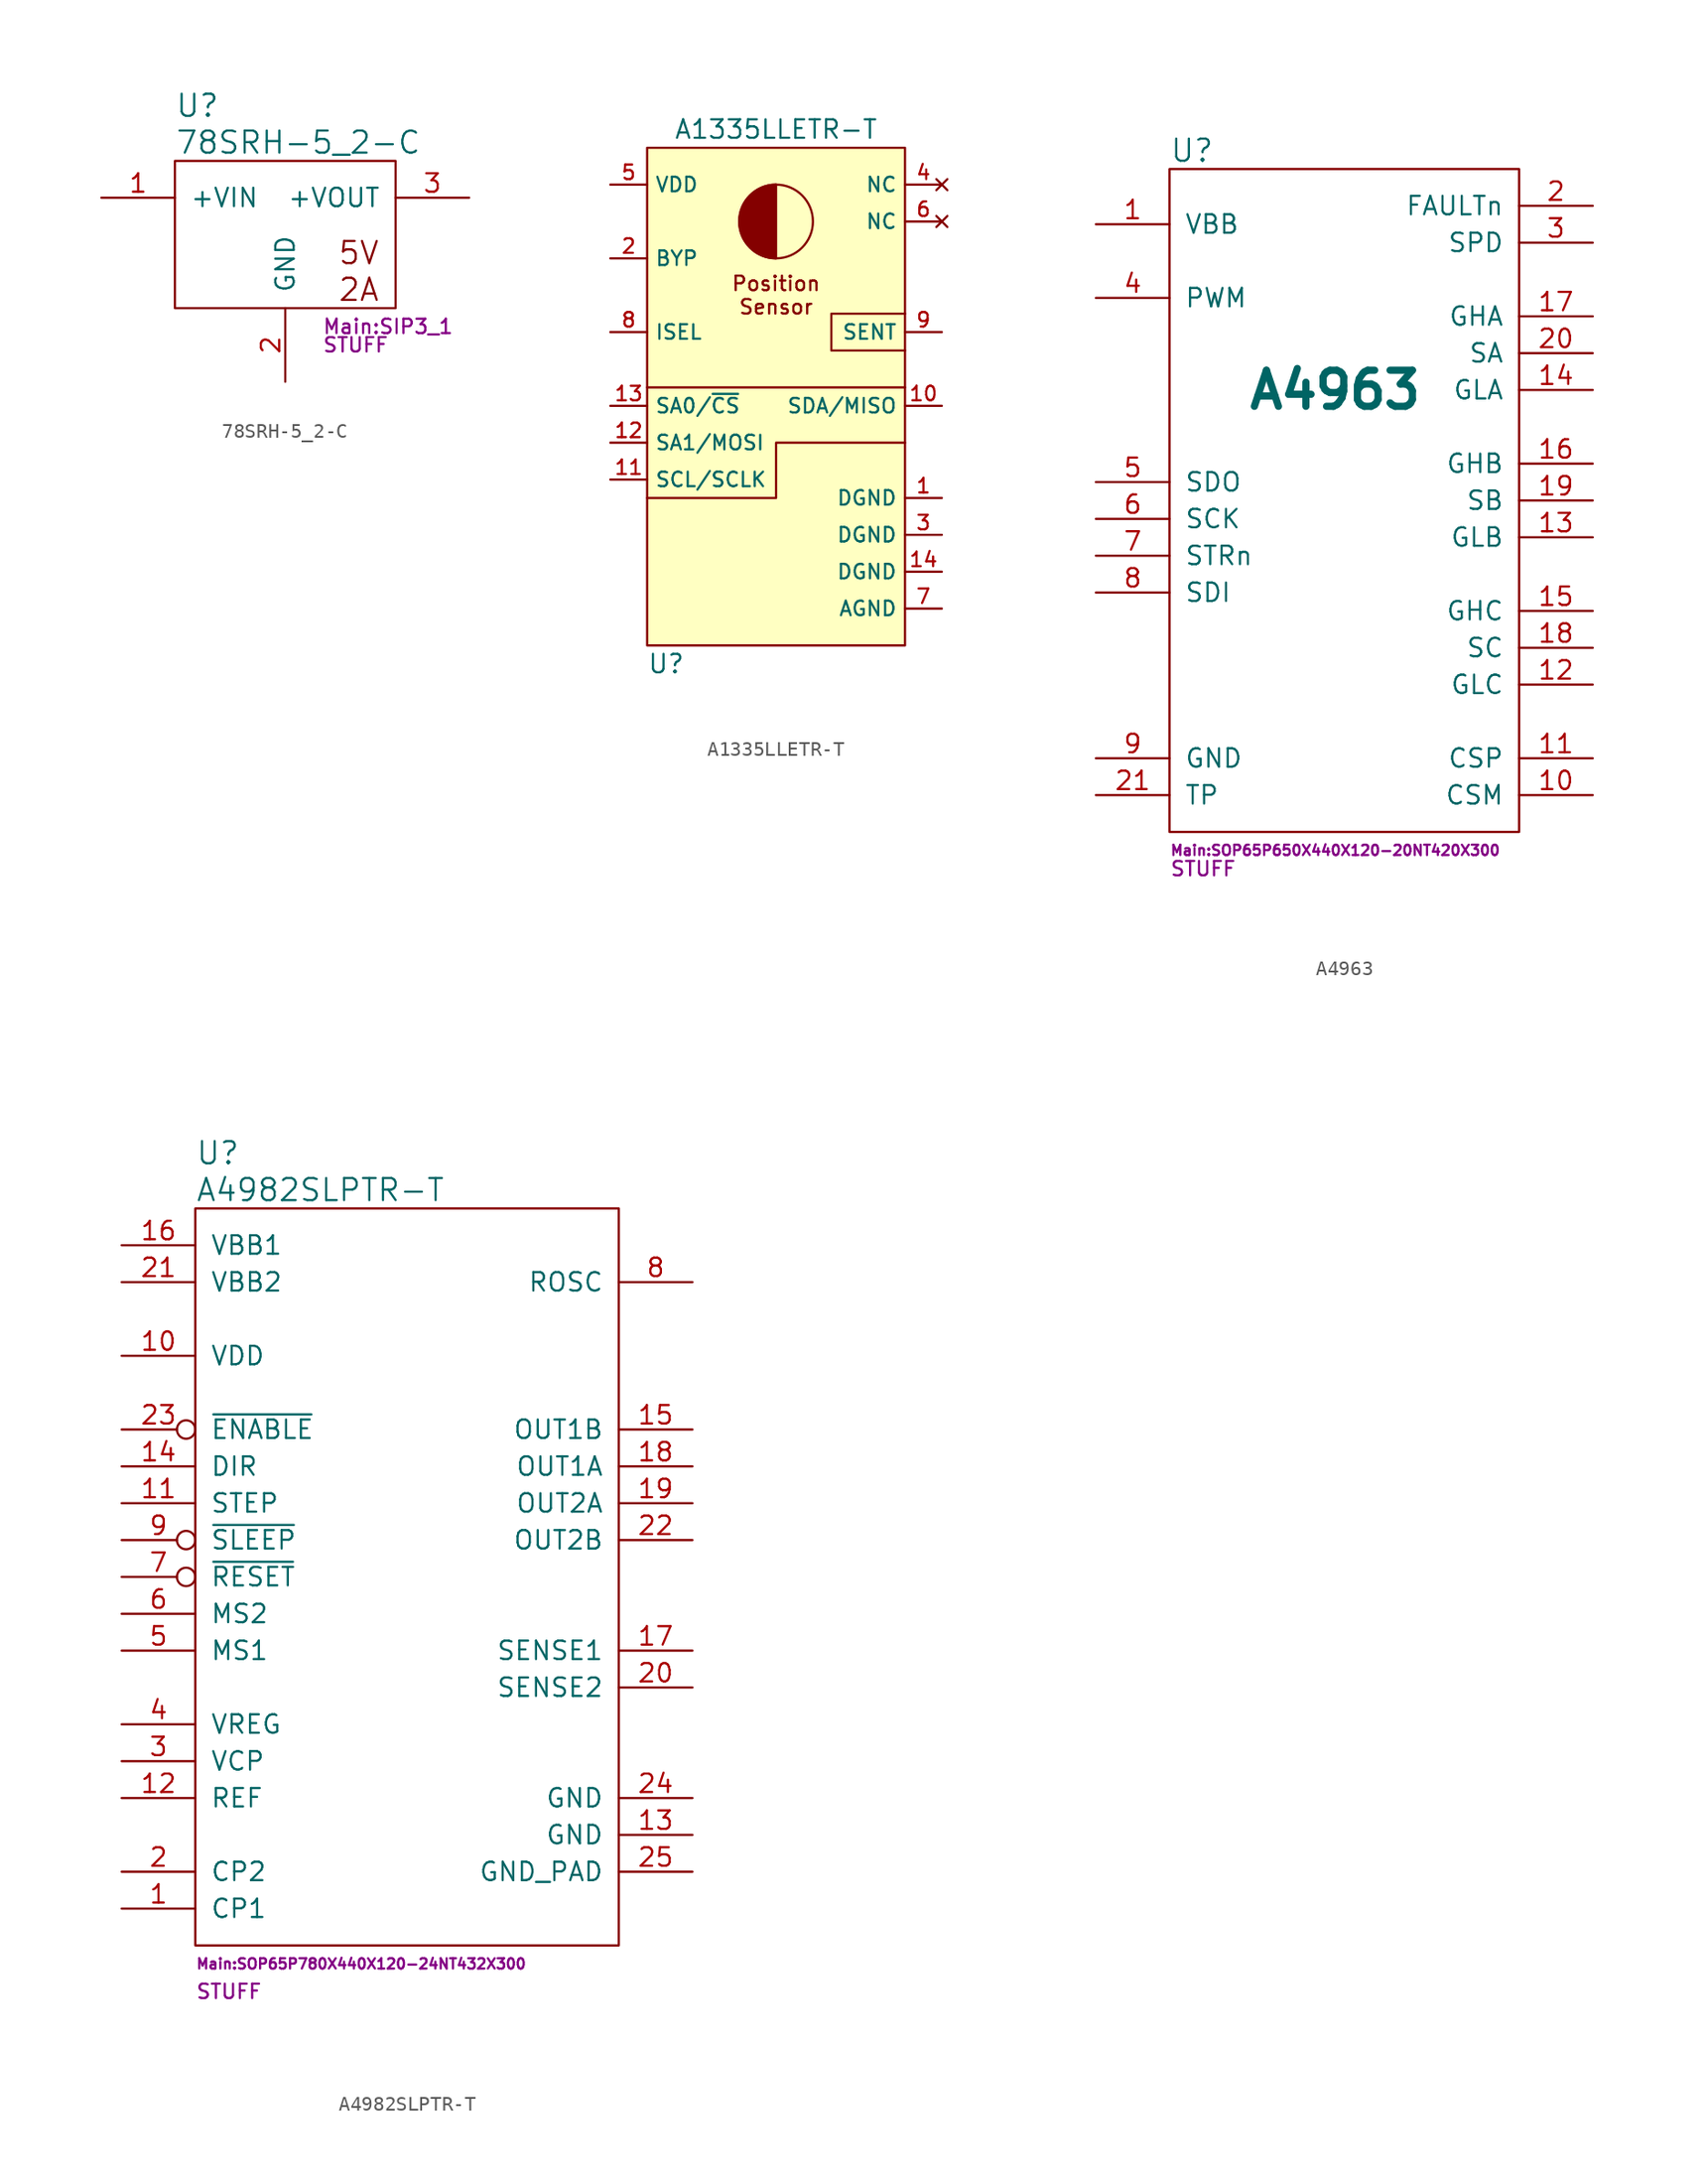
<source format=kicad_sym>
(kicad_symbol_lib
  (version 20231120)
  (generator "kicad_symbol_editor")
  (generator_version "8.0")
  (symbol "78SRH-5_2-C"
    (pin_names
      (offset 1.016))
    (property "Reference" "U"
      (at -7.62 8.89 0)
      (effects (font (size 1.524 1.524)) (justify left)))
    (property "Value" "78SRH-5_2-C"
      (at -7.62 6.35 0)
      (effects (font (size 1.524 1.524)) (justify left)))
    (property "Footprint" "Main:SIP3_1"
      (at 2.54 -6.35 0)
      (effects (font (size 0.991 0.991)) (justify left)))
    (property "Datasheet" ""
      (at 0 -3.81 0)
      (effects (font (size 1.524 1.524))))
    (property "SKU" "STUFF"
      (at 2.54 -7.62 0)
      (effects (font (size 0.991 0.991)) (justify left)))
    (symbol "78SRH-5_2-C_0_0"
      (text "2A" (at 5.08 -3.81 0) (effects (font (size 1.524 1.524))))
      (text "5V" (at 5.08 -1.27 0) (effects (font (size 1.524 1.524)))))
    (symbol "78SRH-5_2-C_0_1"
      (rectangle (start -7.62 5.08) (end 7.62 -5.08) (stroke (width 0) (type default)) (fill (type none))))
    (symbol "78SRH-5_2-C_1_1"
      (pin power_in line (at -12.7 2.54 0) (length 5.08) (name "+VIN" (effects (font (size 1.27 1.27)))) (number "1" (effects (font (size 1.27 1.27)))))
      (pin power_in line (at 0 -10.16 90) (length 5.08) (name "GND" (effects (font (size 1.27 1.27)))) (number "2" (effects (font (size 1.27 1.27)))))
      (pin power_out line (at 12.7 2.54 180) (length 5.08) (name "+VOUT" (effects (font (size 1.27 1.27)))) (number "3" (effects (font (size 1.27 1.27)))))))
  (symbol "A1335LLETR-T"
    (property "Reference" "U"
      (at -8.89 -19.05 0)
      (effects (font (size 1.27 1.27)) (justify left)))
    (property "Value" "A1335LLETR-T"
      (at 0 17.78 0)
      (effects (font (size 1.27 1.27))))
    (symbol "A1335LLETR-T_1_1"
      (rectangle (start -8.89 16.51) (end 8.89 -17.78) (stroke (width 0) (type default)) (fill (type background)))
      (arc (start -0.0451 13.97) (mid -2.5404 11.43) (end -0.0451 8.89) (stroke (width 0) (type default)) (fill (type outline)))
      (polyline (pts (xy 0 13.97) (xy 0 8.89)) (stroke (width 0) (type default)) (fill (type none)))
      (polyline (pts (xy 8.89 0) (xy -8.89 0)) (stroke (width 0) (type default)) (fill (type none)))
      (polyline (pts (xy -8.89 -7.62) (xy 0 -7.62) (xy 0 -3.81) (xy 8.89 -3.81)) (stroke (width 0) (type default)) (fill (type none)))
      (polyline (pts (xy 8.89 5.08) (xy 3.81 5.08) (xy 3.81 2.54) (xy 8.89 2.54)) (stroke (width 0) (type default)) (fill (type none)))
      (circle (center 0 11.43) (radius 2.54) (stroke (width 0) (type default)) (fill (type background)))
      (text "Position\nSensor" (at 0 6.35 0) (effects (font (size 1 1))))
      (pin power_in line (at 11.43 -7.62 180) (length 2.54) (name "DGND" (effects (font (size 1 1)))) (number "1" (effects (font (size 1 1)))))
      (pin bidirectional line (at 11.43 -1.27 180) (length 2.54) (name "SDA/MISO" (effects (font (size 1 1)))) (number "10" (effects (font (size 1 1)))))
      (pin input line (at -11.43 -6.35 0) (length 2.54) (name "SCL/SCLK" (effects (font (size 1 1)))) (number "11" (effects (font (size 1 1)))))
      (pin input line (at -11.43 -3.81 0) (length 2.54) (name "SA1/MOSI" (effects (font (size 1 1)))) (number "12" (effects (font (size 1 1)))))
      (pin input line (at -11.43 -1.27 0) (length 2.54) (name "SA0/~{CS}" (effects (font (size 1 1)))) (number "13" (effects (font (size 1 1)))))
      (pin power_in line (at 11.43 -12.7 180) (length 2.54) (name "DGND" (effects (font (size 1 1)))) (number "14" (effects (font (size 1 1)))))
      (pin bidirectional line (at -11.43 8.89 0) (length 2.54) (name "BYP" (effects (font (size 1 1)))) (number "2" (effects (font (size 1 1)))))
      (pin input line (at 11.43 -10.16 180) (length 2.54) (name "DGND" (effects (font (size 1 1)))) (number "3" (effects (font (size 1 1)))))
      (pin no_connect line (at 11.43 13.97 180) (length 2.54) (name "NC" (effects (font (size 1 1)))) (number "4" (effects (font (size 1 1)))))
      (pin power_in line (at -11.43 13.97 0) (length 2.54) (name "VDD" (effects (font (size 1 1)))) (number "5" (effects (font (size 1 1)))))
      (pin no_connect line (at 11.43 11.43 180) (length 2.54) (name "NC" (effects (font (size 1 1)))) (number "6" (effects (font (size 1 1)))))
      (pin power_in line (at 11.43 -15.24 180) (length 2.54) (name "AGND" (effects (font (size 1 1)))) (number "7" (effects (font (size 1 1)))))
      (pin input line (at -11.43 3.81 0) (length 2.54) (name "ISEL" (effects (font (size 1 1)))) (number "8" (effects (font (size 1 1)))))
      (pin output line (at 11.43 3.81 180) (length 2.54) (name "SENT" (effects (font (size 1 1)))) (number "9" (effects (font (size 1 1)))))))
  (symbol "A4963"
    (pin_names
      (offset 1.016))
    (property "Reference" "U"
      (at -12.7 24.13 0)
      (effects (font (size 1.524 1.524)) (justify left)))
    (property "Value" "A4963"
      (at -1.27 7.62 0)
      (effects (font (size 2.489 2.489) (bold yes))))
    (property "Footprint" "Main:SOP65P650X440X120-20NT420X300"
      (at -12.7 -24.13 0)
      (effects (font (size 0.711 0.711)) (justify left)))
    (property "Datasheet" ""
      (at -5.08 11.43 0)
      (effects (font (size 1.524 1.524))))
    (property "SKU" "STUFF"
      (at -12.7 -25.4 0)
      (effects (font (size 0.991 0.991)) (justify left)))
    (symbol "A4963_0_1"
      (rectangle (start 11.43 22.86) (end -12.7 -22.86) (stroke (width 0) (type default)) (fill (type none))))
    (symbol "A4963_1_1"
      (pin power_in line (at -17.78 19.05 0) (length 5.08) (name "VBB" (effects (font (size 1.27 1.27)))) (number "1" (effects (font (size 1.27 1.27)))))
      (pin input line (at 16.51 -20.32 180) (length 5.08) (name "CSM" (effects (font (size 1.27 1.27)))) (number "10" (effects (font (size 1.27 1.27)))))
      (pin input line (at 16.51 -17.78 180) (length 5.08) (name "CSP" (effects (font (size 1.27 1.27)))) (number "11" (effects (font (size 1.27 1.27)))))
      (pin output line (at 16.51 -12.7 180) (length 5.08) (name "GLC" (effects (font (size 1.27 1.27)))) (number "12" (effects (font (size 1.27 1.27)))))
      (pin output line (at 16.51 -2.54 180) (length 5.08) (name "GLB" (effects (font (size 1.27 1.27)))) (number "13" (effects (font (size 1.27 1.27)))))
      (pin output line (at 16.51 7.62 180) (length 5.08) (name "GLA" (effects (font (size 1.27 1.27)))) (number "14" (effects (font (size 1.27 1.27)))))
      (pin output line (at 16.51 -7.62 180) (length 5.08) (name "GHC" (effects (font (size 1.27 1.27)))) (number "15" (effects (font (size 1.27 1.27)))))
      (pin output line (at 16.51 2.54 180) (length 5.08) (name "GHB" (effects (font (size 1.27 1.27)))) (number "16" (effects (font (size 1.27 1.27)))))
      (pin output line (at 16.51 12.7 180) (length 5.08) (name "GHA" (effects (font (size 1.27 1.27)))) (number "17" (effects (font (size 1.27 1.27)))))
      (pin input line (at 16.51 -10.16 180) (length 5.08) (name "SC" (effects (font (size 1.27 1.27)))) (number "18" (effects (font (size 1.27 1.27)))))
      (pin input line (at 16.51 0 180) (length 5.08) (name "SB" (effects (font (size 1.27 1.27)))) (number "19" (effects (font (size 1.27 1.27)))))
      (pin output line (at 16.51 20.32 180) (length 5.08) (name "FAULTn" (effects (font (size 1.27 1.27)))) (number "2" (effects (font (size 1.27 1.27)))))
      (pin input line (at 16.51 10.16 180) (length 5.08) (name "SA" (effects (font (size 1.27 1.27)))) (number "20" (effects (font (size 1.27 1.27)))))
      (pin power_in line (at -17.78 -20.32 0) (length 5.08) (name "TP" (effects (font (size 1.27 1.27)))) (number "21" (effects (font (size 1.27 1.27)))))
      (pin output line (at 16.51 17.78 180) (length 5.08) (name "SPD" (effects (font (size 1.27 1.27)))) (number "3" (effects (font (size 1.27 1.27)))))
      (pin input line (at -17.78 13.97 0) (length 5.08) (name "PWM" (effects (font (size 1.27 1.27)))) (number "4" (effects (font (size 1.27 1.27)))))
      (pin output line (at -17.78 1.27 0) (length 5.08) (name "SDO" (effects (font (size 1.27 1.27)))) (number "5" (effects (font (size 1.27 1.27)))))
      (pin input line (at -17.78 -1.27 0) (length 5.08) (name "SCK" (effects (font (size 1.27 1.27)))) (number "6" (effects (font (size 1.27 1.27)))))
      (pin input line (at -17.78 -3.81 0) (length 5.08) (name "STRn" (effects (font (size 1.27 1.27)))) (number "7" (effects (font (size 1.27 1.27)))))
      (pin input line (at -17.78 -6.35 0) (length 5.08) (name "SDI" (effects (font (size 1.27 1.27)))) (number "8" (effects (font (size 1.27 1.27)))))
      (pin power_in line (at -17.78 -17.78 0) (length 5.08) (name "GND" (effects (font (size 1.27 1.27)))) (number "9" (effects (font (size 1.27 1.27)))))))
  (symbol "A4982SLPTR-T"
    (pin_names
      (offset 1.016))
    (property "Reference" "U"
      (at -15.24 29.21 0)
      (effects (font (size 1.524 1.524)) (justify left)))
    (property "Value" "A4982SLPTR-T"
      (at -15.24 26.67 0)
      (effects (font (size 1.524 1.524)) (justify left)))
    (property "Footprint" "Main:SOP65P780X440X120-24NT432X300"
      (at -15.24 -26.67 0)
      (effects (font (size 0.711 0.711)) (justify left)))
    (property "Datasheet" ""
      (at 0 -15.24 0)
      (effects (font (size 1.524 1.524))))
    (property "SKU" "STUFF"
      (at -15.24 -28.575 0)
      (effects (font (size 0.991 0.991)) (justify left)))
    (symbol "A4982SLPTR-T_0_1"
      (rectangle (start -15.24 25.4) (end 13.97 -25.4) (stroke (width 0) (type default)) (fill (type none))))
    (symbol "A4982SLPTR-T_1_1"
      (pin bidirectional line (at -20.32 -22.86 0) (length 5.08) (name "CP1" (effects (font (size 1.27 1.27)))) (number "1" (effects (font (size 1.27 1.27)))))
      (pin power_in line (at -20.32 15.24 0) (length 5.08) (name "VDD" (effects (font (size 1.27 1.27)))) (number "10" (effects (font (size 1.27 1.27)))))
      (pin input line (at -20.32 5.08 0) (length 5.08) (name "STEP" (effects (font (size 1.27 1.27)))) (number "11" (effects (font (size 1.27 1.27)))))
      (pin input line (at -20.32 -15.24 0) (length 5.08) (name "REF" (effects (font (size 1.27 1.27)))) (number "12" (effects (font (size 1.27 1.27)))))
      (pin power_in line (at 19.05 -17.78 180) (length 5.08) (name "GND" (effects (font (size 1.27 1.27)))) (number "13" (effects (font (size 1.27 1.27)))))
      (pin input line (at -20.32 7.62 0) (length 5.08) (name "DIR" (effects (font (size 1.27 1.27)))) (number "14" (effects (font (size 1.27 1.27)))))
      (pin output line (at 19.05 10.16 180) (length 5.08) (name "OUT1B" (effects (font (size 1.27 1.27)))) (number "15" (effects (font (size 1.27 1.27)))))
      (pin power_in line (at -20.32 22.86 0) (length 5.08) (name "VBB1" (effects (font (size 1.27 1.27)))) (number "16" (effects (font (size 1.27 1.27)))))
      (pin bidirectional line (at 19.05 -5.08 180) (length 5.08) (name "SENSE1" (effects (font (size 1.27 1.27)))) (number "17" (effects (font (size 1.27 1.27)))))
      (pin output line (at 19.05 7.62 180) (length 5.08) (name "OUT1A" (effects (font (size 1.27 1.27)))) (number "18" (effects (font (size 1.27 1.27)))))
      (pin output line (at 19.05 5.08 180) (length 5.08) (name "OUT2A" (effects (font (size 1.27 1.27)))) (number "19" (effects (font (size 1.27 1.27)))))
      (pin bidirectional line (at -20.32 -20.32 0) (length 5.08) (name "CP2" (effects (font (size 1.27 1.27)))) (number "2" (effects (font (size 1.27 1.27)))))
      (pin bidirectional line (at 19.05 -7.62 180) (length 5.08) (name "SENSE2" (effects (font (size 1.27 1.27)))) (number "20" (effects (font (size 1.27 1.27)))))
      (pin power_in line (at -20.32 20.32 0) (length 5.08) (name "VBB2" (effects (font (size 1.27 1.27)))) (number "21" (effects (font (size 1.27 1.27)))))
      (pin output line (at 19.05 2.54 180) (length 5.08) (name "OUT2B" (effects (font (size 1.27 1.27)))) (number "22" (effects (font (size 1.27 1.27)))))
      (pin input inverted (at -20.32 10.16 0) (length 5.08) (name "~{ENABLE}" (effects (font (size 1.27 1.27)))) (number "23" (effects (font (size 1.27 1.27)))))
      (pin power_in line (at 19.05 -15.24 180) (length 5.08) (name "GND" (effects (font (size 1.27 1.27)))) (number "24" (effects (font (size 1.27 1.27)))))
      (pin power_in line (at 19.05 -20.32 180) (length 5.08) (name "GND_PAD" (effects (font (size 1.27 1.27)))) (number "25" (effects (font (size 1.27 1.27)))))
      (pin bidirectional line (at -20.32 -12.7 0) (length 5.08) (name "VCP" (effects (font (size 1.27 1.27)))) (number "3" (effects (font (size 1.27 1.27)))))
      (pin bidirectional line (at -20.32 -10.16 0) (length 5.08) (name "VREG" (effects (font (size 1.27 1.27)))) (number "4" (effects (font (size 1.27 1.27)))))
      (pin input line (at -20.32 -5.08 0) (length 5.08) (name "MS1" (effects (font (size 1.27 1.27)))) (number "5" (effects (font (size 1.27 1.27)))))
      (pin input line (at -20.32 -2.54 0) (length 5.08) (name "MS2" (effects (font (size 1.27 1.27)))) (number "6" (effects (font (size 1.27 1.27)))))
      (pin input inverted (at -20.32 0 0) (length 5.08) (name "~{RESET}" (effects (font (size 1.27 1.27)))) (number "7" (effects (font (size 1.27 1.27)))))
      (pin bidirectional line (at 19.05 20.32 180) (length 5.08) (name "ROSC" (effects (font (size 1.27 1.27)))) (number "8" (effects (font (size 1.27 1.27)))))
      (pin input inverted (at -20.32 2.54 0) (length 5.08) (name "~{SLEEP}" (effects (font (size 1.27 1.27)))) (number "9" (effects (font (size 1.27 1.27))))))))
</source>
